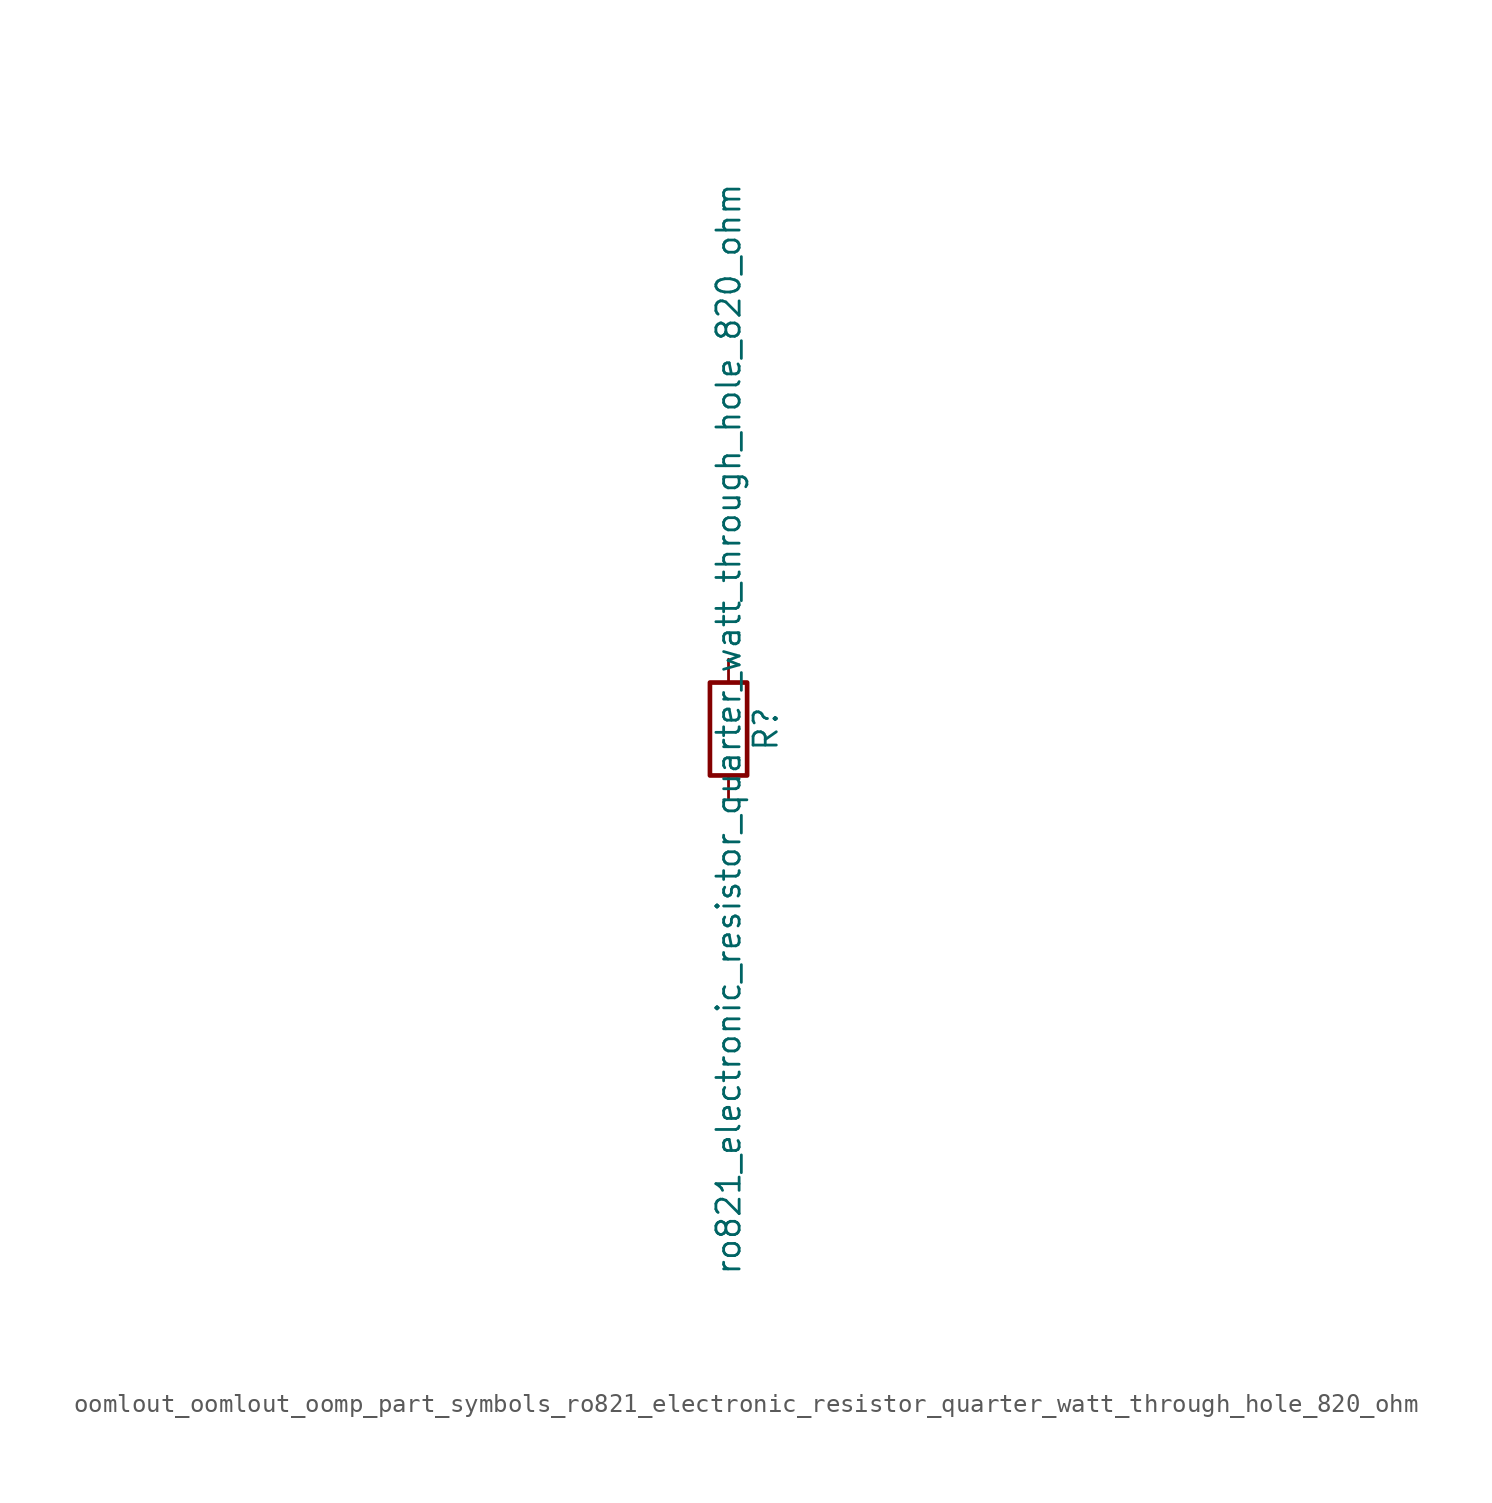
<source format=kicad_sym>
(kicad_symbol_lib
  (version 20220914)
  (generator kicad_symbol_editor)
  (symbol "oomlout_oomlout_oomp_part_symbols_ro821_electronic_resistor_quarter_watt_through_hole_820_ohm"
    (pin_numbers hide)
    (pin_names
      (offset 0))
    (property "Reference" "R"
      (at 2.032 0 90)
      (effects (font (size 1.27 1.27))))
    (property "Value" "ro821_electronic_resistor_quarter_watt_through_hole_820_ohm"
      (at 0 0 90)
      (effects (font (size 1.27 1.27))))
    (symbol "oomlout_oomlout_oomp_part_symbols_ro821_electronic_resistor_quarter_watt_through_hole_820_ohm_0_1"
      (rectangle (start -1.016 -2.54) (end 1.016 2.54) (stroke (width 0.254) (type default)) (fill (type none))))
    (symbol "oomlout_oomlout_oomp_part_symbols_ro821_electronic_resistor_quarter_watt_through_hole_820_ohm_1_1"
      (pin passive line (at 0 3.81 270) (length 1.27) (name "~" (effects (font (size 1.27 1.27)))) (number "1" (effects (font (size 1.27 1.27)))))
      (pin passive line (at 0 -3.81 90) (length 1.27) (name "~" (effects (font (size 1.27 1.27)))) (number "2" (effects (font (size 1.27 1.27))))))))
</source>
